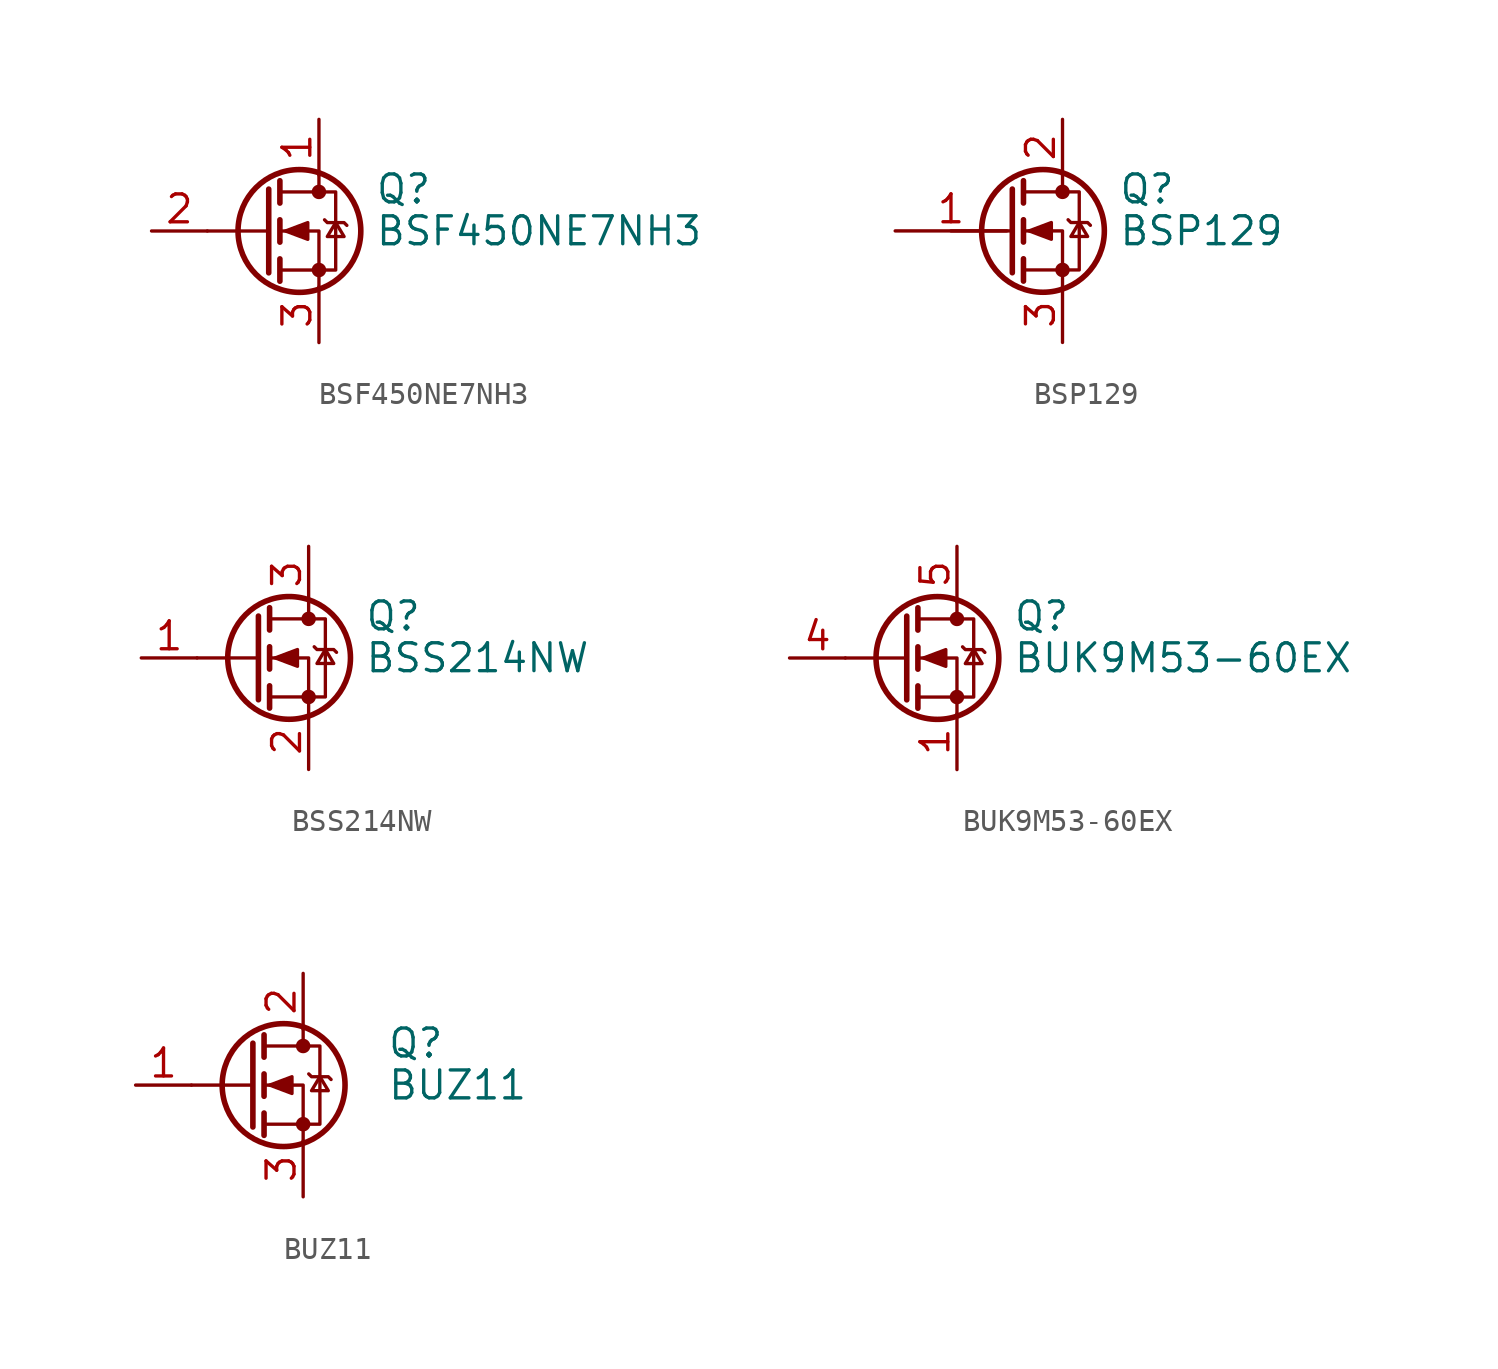
<source format=kicad_sym>
(kicad_symbol_lib
  (version 20200908)
  (generator kicad_symbol_editor)
  (symbol "Transistor_FET:BSF450NE7NH3"
    (pin_names hide)
    (property "Reference" "Q"
      (at 5.08 1.905 0)
      (effects (font (size 1.27 1.27)) (justify left)))
    (property "Value" "BSF450NE7NH3"
      (at 5.08 0 0)
      (effects (font (size 1.27 1.27)) (justify left)))
    (symbol "BSF450NE7NH3_0_1"
      (circle (center 1.651 0) (radius 2.794) (stroke (width 0.254)) (fill (type none)))
      (circle (center 2.54 -1.778) (radius 0.254) (stroke (width 0)) (fill (type outline)))
      (circle (center 2.54 1.778) (radius 0.254) (stroke (width 0)) (fill (type outline)))
      (polyline (pts (xy 0.254 0) (xy -2.54 0)) (stroke (width 0)) (fill (type none)))
      (polyline (pts (xy 0.254 1.905) (xy 0.254 -1.905)) (stroke (width 0.254)) (fill (type none)))
      (polyline (pts (xy 0.762 -1.27) (xy 0.762 -2.286)) (stroke (width 0.254)) (fill (type none)))
      (polyline (pts (xy 0.762 0.508) (xy 0.762 -0.508)) (stroke (width 0.254)) (fill (type none)))
      (polyline (pts (xy 0.762 2.286) (xy 0.762 1.27)) (stroke (width 0.254)) (fill (type none)))
      (polyline (pts (xy 2.54 2.54) (xy 2.54 1.778)) (stroke (width 0)) (fill (type none)))
      (polyline (pts (xy 2.54 -2.54) (xy 2.54 0) (xy 0.762 0)) (stroke (width 0)) (fill (type none)))
      (polyline (pts (xy 0.762 -1.778) (xy 3.302 -1.778) (xy 3.302 1.778) (xy 0.762 1.778)) (stroke (width 0)) (fill (type none)))
      (polyline (pts (xy 1.016 0) (xy 2.032 0.381) (xy 2.032 -0.381) (xy 1.016 0)) (stroke (width 0)) (fill (type outline)))
      (polyline (pts (xy 2.794 0.508) (xy 2.921 0.381) (xy 3.683 0.381) (xy 3.81 0.254)) (stroke (width 0)) (fill (type none)))
      (polyline (pts (xy 3.302 0.381) (xy 2.921 -0.254) (xy 3.683 -0.254) (xy 3.302 0.381)) (stroke (width 0)) (fill (type none))))
    (symbol "BSF450NE7NH3_1_1"
      (pin passive line (at 2.54 5.08 270) (length 2.54) (name "D" (effects (font (size 1.27 1.27)))) (number "1" (effects (font (size 1.27 1.27)))))
      (pin input line (at -5.08 0 0) (length 2.54) (name "G" (effects (font (size 1.27 1.27)))) (number "2" (effects (font (size 1.27 1.27)))))
      (pin passive line (at 2.54 -5.08 90) (length 2.54) (name "S" (effects (font (size 1.27 1.27)))) (number "3" (effects (font (size 1.27 1.27)))))))
  (symbol "Transistor_FET:BSP129"
    (pin_names hide)
    (property "Reference" "Q"
      (at 5.08 1.905 0)
      (effects (font (size 1.27 1.27)) (justify left)))
    (property "Value" "BSP129"
      (at 5.08 0 0)
      (effects (font (size 1.27 1.27)) (justify left)))
    (symbol "BSP129_0_1"
      (circle (center 1.651 0) (radius 2.794) (stroke (width 0.254)) (fill (type none)))
      (circle (center 2.54 -1.778) (radius 0.254) (stroke (width 0)) (fill (type outline)))
      (circle (center 2.54 1.778) (radius 0.254) (stroke (width 0)) (fill (type outline)))
      (polyline (pts (xy 0.254 0) (xy -2.54 0)) (stroke (width 0)) (fill (type none)))
      (polyline (pts (xy 0.254 1.905) (xy 0.254 -1.905)) (stroke (width 0.254)) (fill (type none)))
      (polyline (pts (xy 0.762 -1.27) (xy 0.762 -2.286)) (stroke (width 0.254)) (fill (type none)))
      (polyline (pts (xy 0.762 0.508) (xy 0.762 -0.508)) (stroke (width 0.254)) (fill (type none)))
      (polyline (pts (xy 0.762 2.286) (xy 0.762 1.27)) (stroke (width 0.254)) (fill (type none)))
      (polyline (pts (xy 2.54 2.54) (xy 2.54 1.778)) (stroke (width 0)) (fill (type none)))
      (polyline (pts (xy 2.54 -2.54) (xy 2.54 0) (xy 0.762 0)) (stroke (width 0)) (fill (type none)))
      (polyline (pts (xy 0.762 -1.778) (xy 3.302 -1.778) (xy 3.302 1.778) (xy 0.762 1.778)) (stroke (width 0)) (fill (type none)))
      (polyline (pts (xy 1.016 0) (xy 2.032 0.381) (xy 2.032 -0.381) (xy 1.016 0)) (stroke (width 0)) (fill (type outline)))
      (polyline (pts (xy 2.794 0.508) (xy 2.921 0.381) (xy 3.683 0.381) (xy 3.81 0.254)) (stroke (width 0)) (fill (type none)))
      (polyline (pts (xy 3.302 0.381) (xy 2.921 -0.254) (xy 3.683 -0.254) (xy 3.302 0.381)) (stroke (width 0)) (fill (type none))))
    (symbol "BSP129_1_1"
      (pin input line (at -5.08 0 0) (length 5.08) (name "G" (effects (font (size 1.27 1.27)))) (number "1" (effects (font (size 1.27 1.27)))))
      (pin passive line (at 2.54 5.08 270) (length 2.54) (name "D" (effects (font (size 1.27 1.27)))) (number "2" (effects (font (size 1.27 1.27)))))
      (pin passive line (at 2.54 -5.08 90) (length 2.54) (name "S" (effects (font (size 1.27 1.27)))) (number "3" (effects (font (size 1.27 1.27)))))))
  (symbol "Transistor_FET:BSS214NW"
    (pin_names hide)
    (property "Reference" "Q"
      (at 5.08 1.905 0)
      (effects (font (size 1.27 1.27)) (justify left)))
    (property "Value" "BSS214NW"
      (at 5.08 0 0)
      (effects (font (size 1.27 1.27)) (justify left)))
    (symbol "BSS214NW_0_1"
      (circle (center 1.651 0) (radius 2.794) (stroke (width 0.254)) (fill (type none)))
      (circle (center 2.54 -1.778) (radius 0.254) (stroke (width 0)) (fill (type outline)))
      (circle (center 2.54 1.778) (radius 0.254) (stroke (width 0)) (fill (type outline)))
      (polyline (pts (xy 0.254 0) (xy -2.54 0)) (stroke (width 0)) (fill (type none)))
      (polyline (pts (xy 0.254 1.905) (xy 0.254 -1.905)) (stroke (width 0.254)) (fill (type none)))
      (polyline (pts (xy 0.762 -1.27) (xy 0.762 -2.286)) (stroke (width 0.254)) (fill (type none)))
      (polyline (pts (xy 0.762 0.508) (xy 0.762 -0.508)) (stroke (width 0.254)) (fill (type none)))
      (polyline (pts (xy 0.762 2.286) (xy 0.762 1.27)) (stroke (width 0.254)) (fill (type none)))
      (polyline (pts (xy 2.54 2.54) (xy 2.54 1.778)) (stroke (width 0)) (fill (type none)))
      (polyline (pts (xy 2.54 -2.54) (xy 2.54 0) (xy 0.762 0)) (stroke (width 0)) (fill (type none)))
      (polyline (pts (xy 0.762 -1.778) (xy 3.302 -1.778) (xy 3.302 1.778) (xy 0.762 1.778)) (stroke (width 0)) (fill (type none)))
      (polyline (pts (xy 1.016 0) (xy 2.032 0.381) (xy 2.032 -0.381) (xy 1.016 0)) (stroke (width 0)) (fill (type outline)))
      (polyline (pts (xy 2.794 0.508) (xy 2.921 0.381) (xy 3.683 0.381) (xy 3.81 0.254)) (stroke (width 0)) (fill (type none)))
      (polyline (pts (xy 3.302 0.381) (xy 2.921 -0.254) (xy 3.683 -0.254) (xy 3.302 0.381)) (stroke (width 0)) (fill (type none))))
    (symbol "BSS214NW_1_1"
      (pin input line (at -5.08 0 0) (length 2.54) (name "G" (effects (font (size 1.27 1.27)))) (number "1" (effects (font (size 1.27 1.27)))))
      (pin passive line (at 2.54 -5.08 90) (length 2.54) (name "S" (effects (font (size 1.27 1.27)))) (number "2" (effects (font (size 1.27 1.27)))))
      (pin passive line (at 2.54 5.08 270) (length 2.54) (name "D" (effects (font (size 1.27 1.27)))) (number "3" (effects (font (size 1.27 1.27)))))))
  (symbol "Transistor_FET:BUK9M53-60EX"
    (pin_names hide)
    (property "Reference" "Q"
      (at 5.08 1.905 0)
      (effects (font (size 1.27 1.27)) (justify left)))
    (property "Value" "BUK9M53-60EX"
      (at 5.08 0 0)
      (effects (font (size 1.27 1.27)) (justify left)))
    (symbol "BUK9M53-60EX_0_1"
      (circle (center 1.651 0) (radius 2.794) (stroke (width 0.254)) (fill (type none)))
      (circle (center 2.54 -1.778) (radius 0.254) (stroke (width 0)) (fill (type outline)))
      (circle (center 2.54 1.778) (radius 0.254) (stroke (width 0)) (fill (type outline)))
      (polyline (pts (xy 0.254 0) (xy -2.54 0)) (stroke (width 0)) (fill (type none)))
      (polyline (pts (xy 0.254 1.905) (xy 0.254 -1.905)) (stroke (width 0.254)) (fill (type none)))
      (polyline (pts (xy 0.762 -1.27) (xy 0.762 -2.286)) (stroke (width 0.254)) (fill (type none)))
      (polyline (pts (xy 0.762 0.508) (xy 0.762 -0.508)) (stroke (width 0.254)) (fill (type none)))
      (polyline (pts (xy 0.762 2.286) (xy 0.762 1.27)) (stroke (width 0.254)) (fill (type none)))
      (polyline (pts (xy 2.54 2.54) (xy 2.54 1.778)) (stroke (width 0)) (fill (type none)))
      (polyline (pts (xy 2.54 -2.54) (xy 2.54 0) (xy 0.762 0)) (stroke (width 0)) (fill (type none)))
      (polyline (pts (xy 0.762 -1.778) (xy 3.302 -1.778) (xy 3.302 1.778) (xy 0.762 1.778)) (stroke (width 0)) (fill (type none)))
      (polyline (pts (xy 1.016 0) (xy 2.032 0.381) (xy 2.032 -0.381) (xy 1.016 0)) (stroke (width 0)) (fill (type outline)))
      (polyline (pts (xy 2.794 0.508) (xy 2.921 0.381) (xy 3.683 0.381) (xy 3.81 0.254)) (stroke (width 0)) (fill (type none)))
      (polyline (pts (xy 3.302 0.381) (xy 2.921 -0.254) (xy 3.683 -0.254) (xy 3.302 0.381)) (stroke (width 0)) (fill (type none))))
    (symbol "BUK9M53-60EX_1_1"
      (pin passive line (at 2.54 -5.08 90) (length 2.54) (name "S" (effects (font (size 1.27 1.27)))) (number "1" (effects (font (size 1.27 1.27)))))
      (pin passive line (at 2.54 -5.08 90) (length 2.54) hide (name "S" (effects (font (size 1.27 1.27)))) (number "2" (effects (font (size 1.27 1.27)))))
      (pin passive line (at 2.54 -5.08 90) (length 2.54) hide (name "S" (effects (font (size 1.27 1.27)))) (number "3" (effects (font (size 1.27 1.27)))))
      (pin passive line (at -5.08 0 0) (length 2.54) (name "G" (effects (font (size 1.27 1.27)))) (number "4" (effects (font (size 1.27 1.27)))))
      (pin passive line (at 2.54 5.08 270) (length 2.54) (name "D" (effects (font (size 1.27 1.27)))) (number "5" (effects (font (size 1.27 1.27)))))))
  (symbol "Transistor_FET:BUZ11"
    (pin_names hide)
    (property "Reference" "Q"
      (at 6.35 1.905 0)
      (effects (font (size 1.27 1.27)) (justify left)))
    (property "Value" "BUZ11"
      (at 6.35 0 0)
      (effects (font (size 1.27 1.27)) (justify left)))
    (symbol "BUZ11_0_1"
      (circle (center 1.651 0) (radius 2.794) (stroke (width 0.254)) (fill (type none)))
      (circle (center 2.54 -1.778) (radius 0.254) (stroke (width 0)) (fill (type outline)))
      (circle (center 2.54 1.778) (radius 0.254) (stroke (width 0)) (fill (type outline)))
      (polyline (pts (xy 0.254 0) (xy -2.54 0)) (stroke (width 0)) (fill (type none)))
      (polyline (pts (xy 0.254 1.905) (xy 0.254 -1.905)) (stroke (width 0.254)) (fill (type none)))
      (polyline (pts (xy 0.762 -1.27) (xy 0.762 -2.286)) (stroke (width 0.254)) (fill (type none)))
      (polyline (pts (xy 0.762 0.508) (xy 0.762 -0.508)) (stroke (width 0.254)) (fill (type none)))
      (polyline (pts (xy 0.762 2.286) (xy 0.762 1.27)) (stroke (width 0.254)) (fill (type none)))
      (polyline (pts (xy 2.54 2.54) (xy 2.54 1.778)) (stroke (width 0)) (fill (type none)))
      (polyline (pts (xy 2.54 -2.54) (xy 2.54 0) (xy 0.762 0)) (stroke (width 0)) (fill (type none)))
      (polyline (pts (xy 0.762 -1.778) (xy 3.302 -1.778) (xy 3.302 1.778) (xy 0.762 1.778)) (stroke (width 0)) (fill (type none)))
      (polyline (pts (xy 1.016 0) (xy 2.032 0.381) (xy 2.032 -0.381) (xy 1.016 0)) (stroke (width 0)) (fill (type outline)))
      (polyline (pts (xy 2.794 0.508) (xy 2.921 0.381) (xy 3.683 0.381) (xy 3.81 0.254)) (stroke (width 0)) (fill (type none)))
      (polyline (pts (xy 3.302 0.381) (xy 2.921 -0.254) (xy 3.683 -0.254) (xy 3.302 0.381)) (stroke (width 0)) (fill (type none))))
    (symbol "BUZ11_1_1"
      (pin input line (at -5.08 0 0) (length 2.54) (name "G" (effects (font (size 1.27 1.27)))) (number "1" (effects (font (size 1.27 1.27)))))
      (pin passive line (at 2.54 5.08 270) (length 2.54) (name "D" (effects (font (size 1.27 1.27)))) (number "2" (effects (font (size 1.27 1.27)))))
      (pin passive line (at 2.54 -5.08 90) (length 2.54) (name "S" (effects (font (size 1.27 1.27)))) (number "3" (effects (font (size 1.27 1.27))))))))
</source>
